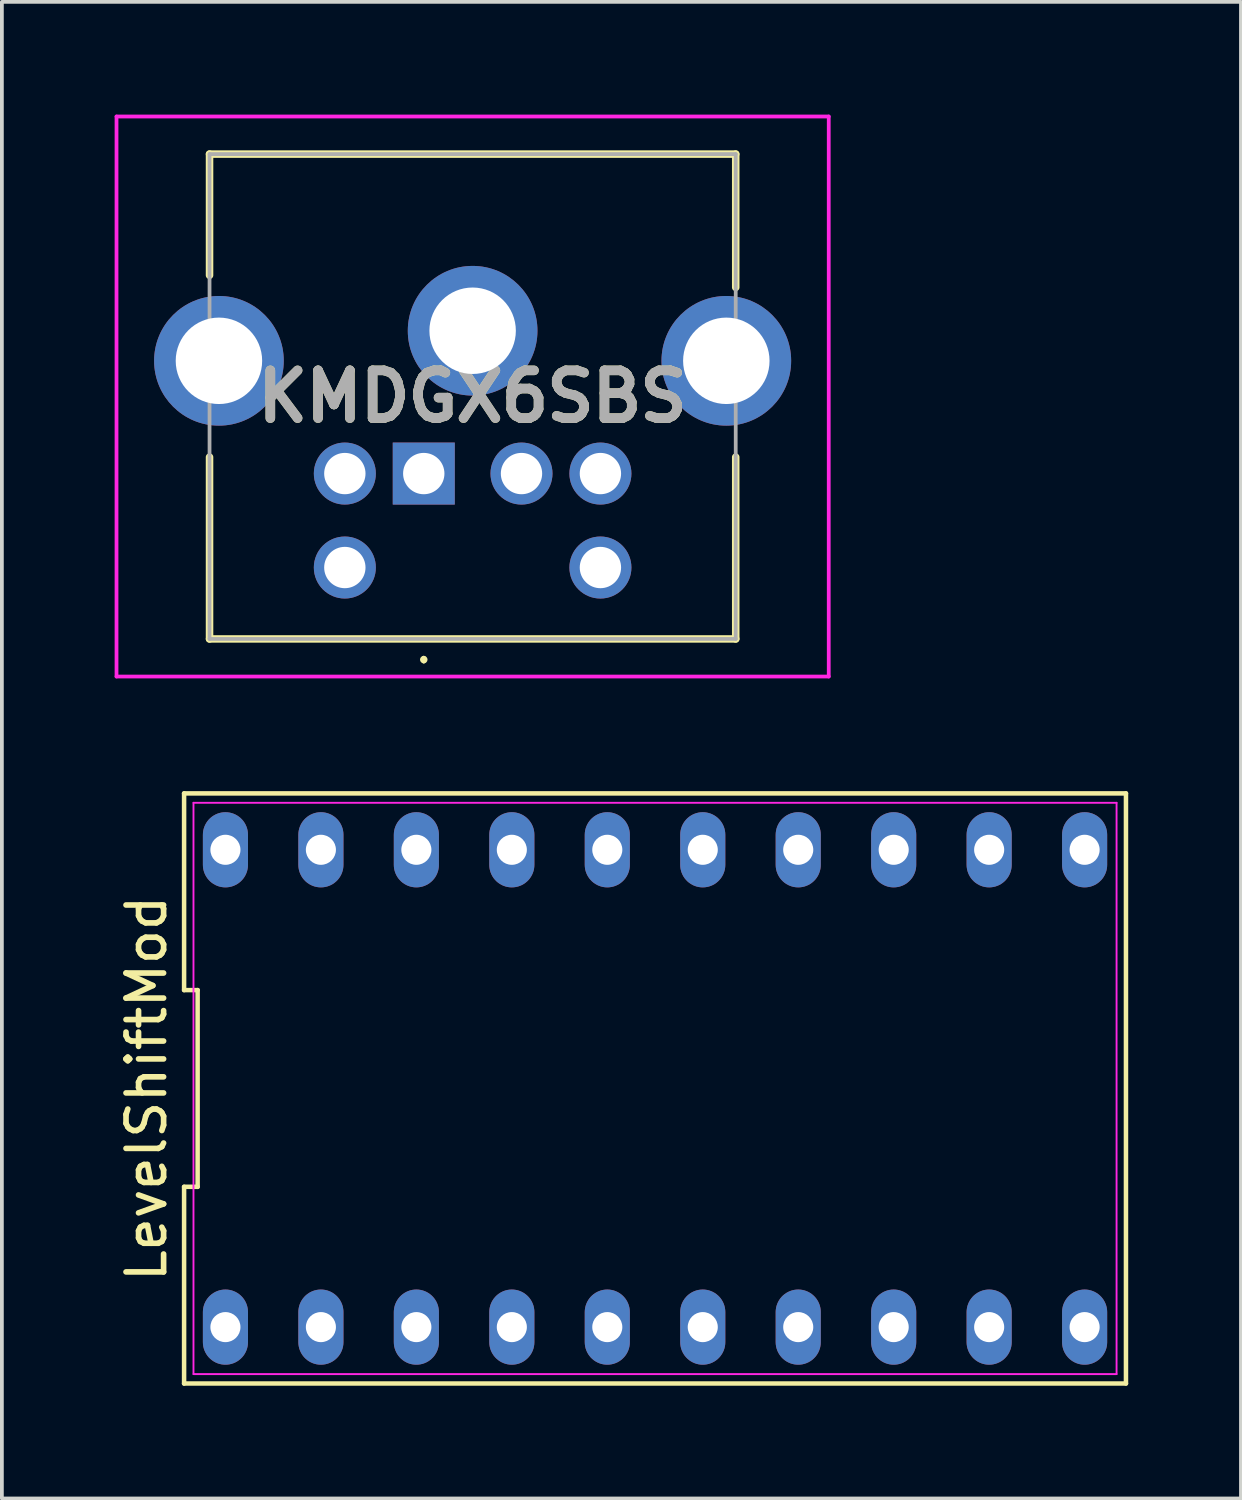
<source format=kicad_pcb>
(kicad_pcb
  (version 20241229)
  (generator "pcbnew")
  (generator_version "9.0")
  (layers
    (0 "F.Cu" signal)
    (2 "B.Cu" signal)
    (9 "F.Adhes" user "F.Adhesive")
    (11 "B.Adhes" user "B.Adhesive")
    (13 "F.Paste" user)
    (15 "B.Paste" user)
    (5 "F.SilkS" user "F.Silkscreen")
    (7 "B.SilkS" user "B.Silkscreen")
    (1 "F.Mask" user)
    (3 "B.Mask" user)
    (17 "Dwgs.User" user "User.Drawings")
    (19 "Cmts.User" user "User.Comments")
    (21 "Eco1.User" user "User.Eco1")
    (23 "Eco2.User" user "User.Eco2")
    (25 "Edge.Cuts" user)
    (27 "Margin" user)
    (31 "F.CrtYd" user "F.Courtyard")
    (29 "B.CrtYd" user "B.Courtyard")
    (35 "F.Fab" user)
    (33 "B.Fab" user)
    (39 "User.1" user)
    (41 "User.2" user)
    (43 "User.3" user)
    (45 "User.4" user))
  (footprint "LevelShiftMod"
    (layer "F.Cu")
    (at 14.378 25.91)
    (property "Reference" "LevelShiftMod" (at -13.53 0 90) (layer "F.SilkS") (effects (font (size 1 1) (thickness 0.15))))
    (fp_line (start -12.53 -7.85) (end -12.53 -2.617) (stroke (width 0.12) (type solid)) (layer "F.SilkS"))
    (fp_line (start -12.53 -2.617) (end -12.17 -2.617) (stroke (width 0.12) (type solid)) (layer "F.SilkS"))
    (fp_line (start -12.53 2.617) (end -12.53 7.85) (stroke (width 0.12) (type solid)) (layer "F.SilkS"))
    (fp_line (start -12.53 7.85) (end 12.53 7.85) (stroke (width 0.12) (type solid)) (layer "F.SilkS"))
    (fp_line (start -12.17 -2.617) (end -12.17 2.617) (stroke (width 0.12) (type solid)) (layer "F.SilkS"))
    (fp_line (start -12.17 2.617) (end -12.53 2.617) (stroke (width 0.12) (type solid)) (layer "F.SilkS"))
    (fp_line (start 12.53 -7.85) (end -12.53 -7.85) (stroke (width 0.12) (type solid)) (layer "F.SilkS"))
    (fp_line (start 12.53 7.85) (end 12.53 -7.85) (stroke (width 0.12) (type solid)) (layer "F.SilkS"))
    (fp_line (start -12.28 -7.6) (end 12.28 -7.6) (stroke (width 0.05) (type solid)) (layer "F.CrtYd"))
    (fp_line (start -12.28 7.6) (end -12.28 -7.6) (stroke (width 0.05) (type solid)) (layer "F.CrtYd"))
    (fp_line (start 12.28 -7.6) (end 12.28 7.6) (stroke (width 0.05) (type solid)) (layer "F.CrtYd"))
    (fp_line (start 12.28 7.6) (end -12.28 7.6) (stroke (width 0.05) (type solid)) (layer "F.CrtYd"))
    (pad "1" thru_hole oval (at -11.43 6.35) (size 1.2 2) (drill 0.8) (layers "*.Cu" "*.Mask"))
    (pad "2" thru_hole oval (at -8.89 6.35) (size 1.2 2) (drill 0.8) (layers "*.Cu" "*.Mask"))
    (pad "3" thru_hole oval (at -6.35 6.35) (size 1.2 2) (drill 0.8) (layers "*.Cu" "*.Mask"))
    (pad "4" thru_hole oval (at -3.81 6.35) (size 1.2 2) (drill 0.8) (layers "*.Cu" "*.Mask"))
    (pad "5" thru_hole oval (at -1.27 6.35) (size 1.2 2) (drill 0.8) (layers "*.Cu" "*.Mask"))
    (pad "6" thru_hole oval (at 1.27 6.35) (size 1.2 2) (drill 0.8) (layers "*.Cu" "*.Mask"))
    (pad "7" thru_hole oval (at 3.81 6.35) (size 1.2 2) (drill 0.8) (layers "*.Cu" "*.Mask"))
    (pad "8" thru_hole oval (at 6.35 6.35) (size 1.2 2) (drill 0.8) (layers "*.Cu" "*.Mask"))
    (pad "9" thru_hole oval (at 8.89 6.35) (size 1.2 2) (drill 0.8) (layers "*.Cu" "*.Mask"))
    (pad "10" thru_hole oval (at 11.43 6.35) (size 1.2 2) (drill 0.8) (layers "*.Cu" "*.Mask"))
    (pad "11" thru_hole oval (at 11.43 -6.35) (size 1.2 2) (drill 0.8) (layers "*.Cu" "*.Mask"))
    (pad "12" thru_hole oval (at 8.89 -6.35) (size 1.2 2) (drill 0.8) (layers "*.Cu" "*.Mask"))
    (pad "13" thru_hole oval (at 6.35 -6.35) (size 1.2 2) (drill 0.8) (layers "*.Cu" "*.Mask"))
    (pad "14" thru_hole oval (at 3.81 -6.35) (size 1.2 2) (drill 0.8) (layers "*.Cu" "*.Mask"))
    (pad "15" thru_hole oval (at 1.27 -6.35) (size 1.2 2) (drill 0.8) (layers "*.Cu" "*.Mask"))
    (pad "16" thru_hole oval (at -1.27 -6.35) (size 1.2 2) (drill 0.8) (layers "*.Cu" "*.Mask"))
    (pad "17" thru_hole oval (at -3.81 -6.35) (size 1.2 2) (drill 0.8) (layers "*.Cu" "*.Mask"))
    (pad "18" thru_hole oval (at -6.35 -6.35) (size 1.2 2) (drill 0.8) (layers "*.Cu" "*.Mask"))
    (pad "19" thru_hole oval (at -8.89 -6.35) (size 1.2 2) (drill 0.8) (layers "*.Cu" "*.Mask"))
    (pad "20" thru_hole oval (at -11.43 -6.35) (size 1.2 2) (drill 0.8) (layers "*.Cu" "*.Mask")))
  (footprint "KMDGX6SBS"
    (layer "F.Cu")
    (at 8.225 9.55)
    (property "Reference" "KMDGX6SBS" (at 1.3 -2.05 0) (layer "F.SilkS") (effects (font (size 1.27 1.27) (thickness 0.254))))
    (attr through_hole)
    (fp_line (start -5.7 -8.5) (end 8.3 -8.5) (stroke (width 0.2) (type solid)) (layer "F.SilkS"))
    (fp_line (start -5.7 -5.275) (end -5.7 -8.5) (stroke (width 0.2) (type solid)) (layer "F.SilkS"))
    (fp_line (start -5.7 -0.438) (end -5.7 4.4) (stroke (width 0.2) (type solid)) (layer "F.SilkS"))
    (fp_line (start -5.7 4.4) (end 8.3 4.4) (stroke (width 0.2) (type solid)) (layer "F.SilkS"))
    (fp_line (start 0 4.9) (end 0 4.9) (stroke (width 0.1) (type solid)) (layer "F.SilkS"))
    (fp_line (start 0 5) (end 0 5) (stroke (width 0.1) (type solid)) (layer "F.SilkS"))
    (fp_line (start 8.3 -8.5) (end 8.3 -4.953) (stroke (width 0.2) (type solid)) (layer "F.SilkS"))
    (fp_line (start 8.3 4.4) (end 8.3 -0.438) (stroke (width 0.2) (type solid)) (layer "F.SilkS"))
    (fp_arc (start 0 4.9) (mid 0.05 4.95) (end 0 5) (stroke (width 0.1) (type solid)) (layer "F.SilkS"))
    (fp_arc (start 0 5) (mid -0.05 4.95) (end 0 4.9) (stroke (width 0.1) (type solid)) (layer "F.SilkS"))
    (fp_line (start -8.175 -9.5) (end 10.775 -9.5) (stroke (width 0.1) (type solid)) (layer "F.CrtYd"))
    (fp_line (start -8.175 5.4) (end -8.175 -9.5) (stroke (width 0.1) (type solid)) (layer "F.CrtYd"))
    (fp_line (start 10.775 -9.5) (end 10.775 5.4) (stroke (width 0.1) (type solid)) (layer "F.CrtYd"))
    (fp_line (start 10.775 5.4) (end -8.175 5.4) (stroke (width 0.1) (type solid)) (layer "F.CrtYd"))
    (fp_line (start -5.7 -8.5) (end 8.3 -8.5) (stroke (width 0.1) (type solid)) (layer "F.Fab"))
    (fp_line (start -5.7 4.4) (end -5.7 -8.5) (stroke (width 0.1) (type solid)) (layer "F.Fab"))
    (fp_line (start 8.3 -8.5) (end 8.3 4.4) (stroke (width 0.1) (type solid)) (layer "F.Fab"))
    (fp_line (start 8.3 4.4) (end -5.7 4.4) (stroke (width 0.1) (type solid)) (layer "F.Fab"))
    (fp_text user "${REFERENCE}" (at 1.3 -2.05 0) (layer "F.Fab") (effects (font (size 1.27 1.27) (thickness 0.254))))
    (pad "1" thru_hole rect (at 0 0) (size 1.65 1.65) (drill 1.1) (layers "*.Cu" "*.Mask"))
    (pad "2" thru_hole circle (at 2.6 0) (size 1.65 1.65) (drill 1.1) (layers "*.Cu" "*.Mask"))
    (pad "3" thru_hole circle (at -2.1 0) (size 1.65 1.65) (drill 1.1) (layers "*.Cu" "*.Mask"))
    (pad "5" thru_hole circle (at 4.7 0) (size 1.65 1.65) (drill 1.1) (layers "*.Cu" "*.Mask"))
    (pad "6" thru_hole circle (at -2.1 2.5) (size 1.65 1.65) (drill 1.1) (layers "*.Cu" "*.Mask"))
    (pad "8" thru_hole circle (at 4.7 2.5) (size 1.65 1.65) (drill 1.1) (layers "*.Cu" "*.Mask"))
    (pad "MH1" thru_hole circle (at 1.3 -3.8) (size 3.45 3.45) (drill 2.3) (layers "*.Cu" "*.Mask"))
    (pad "MH2" thru_hole circle (at 8.05 -3) (size 3.45 3.45) (drill 2.3) (layers "*.Cu" "*.Mask"))
    (pad "MH3" thru_hole circle (at -5.45 -3) (size 3.45 3.45) (drill 2.3) (layers "*.Cu" "*.Mask")))
  (gr_rect
    (start -3 -3)
    (end 29.968 36.82)
    (stroke (width 0.1) (type default))
    (fill no)
    (layer "Edge.Cuts")))
</source>
